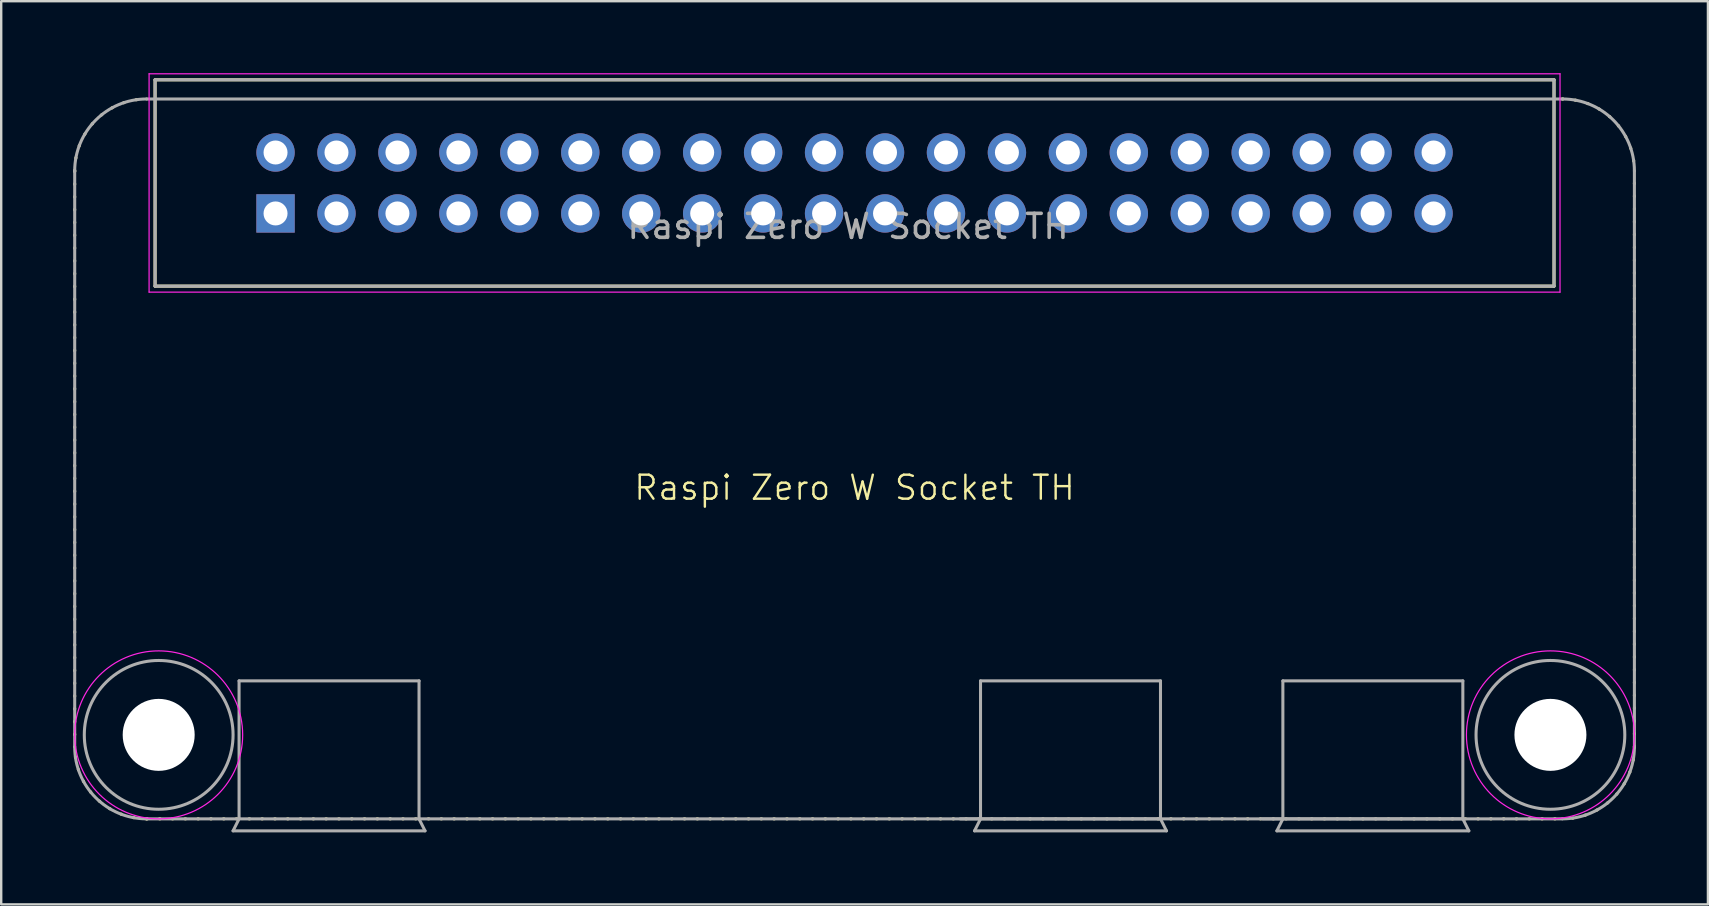
<source format=kicad_pcb>
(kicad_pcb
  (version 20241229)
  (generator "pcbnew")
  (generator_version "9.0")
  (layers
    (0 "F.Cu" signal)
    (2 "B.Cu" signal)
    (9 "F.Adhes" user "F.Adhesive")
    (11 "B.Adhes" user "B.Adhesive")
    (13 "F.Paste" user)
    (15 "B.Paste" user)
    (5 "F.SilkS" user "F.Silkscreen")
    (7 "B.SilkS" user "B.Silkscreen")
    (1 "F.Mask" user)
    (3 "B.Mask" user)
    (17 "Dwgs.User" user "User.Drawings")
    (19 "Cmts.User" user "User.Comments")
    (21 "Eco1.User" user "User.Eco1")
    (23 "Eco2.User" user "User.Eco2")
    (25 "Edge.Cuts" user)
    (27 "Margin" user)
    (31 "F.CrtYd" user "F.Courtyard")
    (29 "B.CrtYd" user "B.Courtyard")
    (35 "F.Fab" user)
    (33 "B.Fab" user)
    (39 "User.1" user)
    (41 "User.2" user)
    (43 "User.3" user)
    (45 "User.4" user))
  (footprint "Raspi Zero W Socket TH"
    (layer "F.Cu")
    (at 32.563 4.575)
    (property "Reference" "Raspi Zero W Socket TH" (at 0 12.7 0) (unlocked yes) (layer "F.SilkS") (effects (font (size 1 1) (thickness 0.1))))
    (attr through_hole)
    (fp_line (start -32.5 -0.5) (end -32.5 23.5) (stroke (width 0.127) (type dot)) (layer "F.SilkS"))
    (fp_line (start -29.5 26.5) (end 29.5 26.5) (stroke (width 0.127) (type dot)) (layer "F.SilkS"))
    (fp_line (start -29.15 -4.3) (end 29.15 -4.3) (stroke (width 0.127) (type solid)) (layer "F.SilkS"))
    (fp_line (start -29.15 4.3) (end -29.15 -4.3) (stroke (width 0.127) (type solid)) (layer "F.SilkS"))
    (fp_line (start 29.15 -4.3) (end 29.15 4.3) (stroke (width 0.127) (type solid)) (layer "F.SilkS"))
    (fp_line (start 29.15 4.3) (end -29.15 4.3) (stroke (width 0.127) (type solid)) (layer "F.SilkS"))
    (fp_line (start 32.5 23.5) (end 32.5 -0.5) (stroke (width 0.127) (type dot)) (layer "F.SilkS"))
    (fp_arc (start -32.5 -0.5) (mid -31.62132 -2.62132) (end -29.5 -3.5) (stroke (width 0.127) (type dot)) (layer "F.SilkS"))
    (fp_arc (start -29.5 26.5) (mid -31.62132 25.62132) (end -32.5 23.5) (stroke (width 0.127) (type dot)) (layer "F.SilkS"))
    (fp_arc (start 29.5 -3.5) (mid 31.62132 -2.62132) (end 32.5 -0.5) (stroke (width 0.127) (type dot)) (layer "F.SilkS"))
    (fp_arc (start 32.5 23.5) (mid 31.62132 25.62132) (end 29.5 26.5) (stroke (width 0.127) (type dot)) (layer "F.SilkS"))
    (fp_line (start -29.4 -4.55) (end 29.4 -4.55) (stroke (width 0.05) (type solid)) (layer "F.CrtYd"))
    (fp_line (start -29.4 4.55) (end -29.4 -4.55) (stroke (width 0.05) (type solid)) (layer "F.CrtYd"))
    (fp_line (start 29.4 -4.55) (end 29.4 4.55) (stroke (width 0.05) (type solid)) (layer "F.CrtYd"))
    (fp_line (start 29.4 4.55) (end -29.4 4.55) (stroke (width 0.05) (type solid)) (layer "F.CrtYd"))
    (fp_circle (center -29 23) (end -25.5 23) (stroke (width 0.05) (type default)) (fill no) (layer "F.CrtYd"))
    (fp_circle (center 29 23) (end 32.5 23) (stroke (width 0.05) (type default)) (fill no) (layer "F.CrtYd"))
    (fp_line (start -32.5 -0.5) (end -32.5 23.5) (stroke (width 0.127) (type solid)) (layer "F.Fab"))
    (fp_line (start -29.5 26.5) (end -25.65 26.5) (stroke (width 0.127) (type solid)) (layer "F.Fab"))
    (fp_line (start -29.15 -4.3) (end 29.15 -4.3) (stroke (width 0.127) (type solid)) (layer "F.Fab"))
    (fp_line (start -29.15 4.3) (end -29.15 -4.3) (stroke (width 0.127) (type solid)) (layer "F.Fab"))
    (fp_line (start -25.9 27) (end -17.9 27) (stroke (width 0.127) (type solid)) (layer "F.Fab"))
    (fp_line (start -25.65 20.75) (end -18.15 20.75) (stroke (width 0.127) (type solid)) (layer "F.Fab"))
    (fp_line (start -25.65 26.5) (end -25.9 27) (stroke (width 0.127) (type solid)) (layer "F.Fab"))
    (fp_line (start -25.65 26.5) (end -25.65 20.75) (stroke (width 0.127) (type solid)) (layer "F.Fab"))
    (fp_line (start -25.65 26.5) (end -18.15 26.5) (stroke (width 0.127) (type solid)) (layer "F.Fab"))
    (fp_line (start -18.15 20.75) (end -18.15 26.5) (stroke (width 0.127) (type solid)) (layer "F.Fab"))
    (fp_line (start -18.15 26.5) (end 29.5 26.5) (stroke (width 0.127) (type solid)) (layer "F.Fab"))
    (fp_line (start -17.9 27) (end -18.15 26.5) (stroke (width 0.127) (type solid)) (layer "F.Fab"))
    (fp_line (start 4.4 26.5) (end 5.25 26.5) (stroke (width 0.127) (type solid)) (layer "F.Fab"))
    (fp_line (start 5 27) (end 13 27) (stroke (width 0.127) (type solid)) (layer "F.Fab"))
    (fp_line (start 5.25 20.75) (end 12.75 20.75) (stroke (width 0.127) (type solid)) (layer "F.Fab"))
    (fp_line (start 5.25 26.5) (end 5 27) (stroke (width 0.127) (type solid)) (layer "F.Fab"))
    (fp_line (start 5.25 26.5) (end 5.25 20.75) (stroke (width 0.127) (type solid)) (layer "F.Fab"))
    (fp_line (start 5.25 26.5) (end 12.75 26.5) (stroke (width 0.127) (type solid)) (layer "F.Fab"))
    (fp_line (start 12.75 20.75) (end 12.75 26.5) (stroke (width 0.127) (type solid)) (layer "F.Fab"))
    (fp_line (start 13 27) (end 12.75 26.5) (stroke (width 0.127) (type solid)) (layer "F.Fab"))
    (fp_line (start 17 26.5) (end 17.85 26.5) (stroke (width 0.127) (type solid)) (layer "F.Fab"))
    (fp_line (start 17.6 27) (end 25.6 27) (stroke (width 0.127) (type solid)) (layer "F.Fab"))
    (fp_line (start 17.85 20.75) (end 25.35 20.75) (stroke (width 0.127) (type solid)) (layer "F.Fab"))
    (fp_line (start 17.85 26.5) (end 17.6 27) (stroke (width 0.127) (type solid)) (layer "F.Fab"))
    (fp_line (start 17.85 26.5) (end 17.85 20.75) (stroke (width 0.127) (type solid)) (layer "F.Fab"))
    (fp_line (start 17.85 26.5) (end 25.35 26.5) (stroke (width 0.127) (type solid)) (layer "F.Fab"))
    (fp_line (start 25.35 20.75) (end 25.35 26.5) (stroke (width 0.127) (type solid)) (layer "F.Fab"))
    (fp_line (start 25.6 27) (end 25.35 26.5) (stroke (width 0.127) (type solid)) (layer "F.Fab"))
    (fp_line (start 29.15 -4.3) (end 29.15 4.3) (stroke (width 0.127) (type solid)) (layer "F.Fab"))
    (fp_line (start 29.15 4.3) (end -29.15 4.3) (stroke (width 0.127) (type solid)) (layer "F.Fab"))
    (fp_line (start 29.5 -3.5) (end -29.5 -3.5) (stroke (width 0.127) (type solid)) (layer "F.Fab"))
    (fp_line (start 32.5 23.5) (end 32.5 -0.5) (stroke (width 0.127) (type solid)) (layer "F.Fab"))
    (fp_arc (start -32.5 -0.5) (mid -31.62132 -2.62132) (end -29.5 -3.5) (stroke (width 0.127) (type solid)) (layer "F.Fab"))
    (fp_arc (start -29.5 26.5) (mid -31.62132 25.62132) (end -32.5 23.5) (stroke (width 0.127) (type solid)) (layer "F.Fab"))
    (fp_arc (start 29.5 -3.5) (mid 31.62132 -2.62132) (end 32.5 -0.5) (stroke (width 0.127) (type solid)) (layer "F.Fab"))
    (fp_arc (start 32.5 23.5) (mid 31.62132 25.62132) (end 29.5 26.5) (stroke (width 0.127) (type solid)) (layer "F.Fab"))
    (fp_circle (center -29 23) (end -25.9 23) (stroke (width 0.127) (type solid)) (fill no) (layer "F.Fab"))
    (fp_circle (center 29 23) (end 32.1 23) (stroke (width 0.127) (type solid)) (fill no) (layer "F.Fab"))
    (fp_text user "${REFERENCE}" (at -0.27 1.81 0) (unlocked yes) (layer "F.Fab") (effects (font (size 1 1) (thickness 0.15))))
    (pad "" np_thru_hole circle (at -29 23) (size 3 3) (drill 3) (layers "*.Cu" "*.Mask"))
    (pad "" np_thru_hole circle (at 29 23) (size 3 3) (drill 3) (layers "*.Cu" "*.Mask"))
    (pad "1" thru_hole rect (at -24.13 1.27) (size 1.6 1.6) (drill 1) (layers "*.Cu" "*.Mask"))
    (pad "2" thru_hole circle (at -24.13 -1.27) (size 1.6 1.6) (drill 1) (layers "*.Cu" "*.Mask"))
    (pad "3" thru_hole circle (at -21.59 1.27) (size 1.6 1.6) (drill 1) (layers "*.Cu" "*.Mask"))
    (pad "4" thru_hole circle (at -21.59 -1.27) (size 1.6 1.6) (drill 1) (layers "*.Cu" "*.Mask"))
    (pad "5" thru_hole circle (at -19.05 1.27) (size 1.6 1.6) (drill 1) (layers "*.Cu" "*.Mask"))
    (pad "6" thru_hole circle (at -19.05 -1.27) (size 1.6 1.6) (drill 1) (layers "*.Cu" "*.Mask"))
    (pad "7" thru_hole circle (at -16.51 1.27) (size 1.6 1.6) (drill 1) (layers "*.Cu" "*.Mask"))
    (pad "8" thru_hole circle (at -16.51 -1.27) (size 1.6 1.6) (drill 1) (layers "*.Cu" "*.Mask"))
    (pad "9" thru_hole circle (at -13.97 1.27) (size 1.6 1.6) (drill 1) (layers "*.Cu" "*.Mask"))
    (pad "10" thru_hole circle (at -13.97 -1.27) (size 1.6 1.6) (drill 1) (layers "*.Cu" "*.Mask"))
    (pad "11" thru_hole circle (at -11.43 1.27) (size 1.6 1.6) (drill 1) (layers "*.Cu" "*.Mask"))
    (pad "12" thru_hole circle (at -11.43 -1.27) (size 1.6 1.6) (drill 1) (layers "*.Cu" "*.Mask"))
    (pad "13" thru_hole circle (at -8.89 1.27) (size 1.6 1.6) (drill 1) (layers "*.Cu" "*.Mask"))
    (pad "14" thru_hole circle (at -8.89 -1.27) (size 1.6 1.6) (drill 1) (layers "*.Cu" "*.Mask"))
    (pad "15" thru_hole circle (at -6.35 1.27) (size 1.6 1.6) (drill 1) (layers "*.Cu" "*.Mask"))
    (pad "16" thru_hole circle (at -6.35 -1.27) (size 1.6 1.6) (drill 1) (layers "*.Cu" "*.Mask"))
    (pad "17" thru_hole circle (at -3.81 1.27) (size 1.6 1.6) (drill 1) (layers "*.Cu" "*.Mask"))
    (pad "18" thru_hole circle (at -3.81 -1.27) (size 1.6 1.6) (drill 1) (layers "*.Cu" "*.Mask"))
    (pad "19" thru_hole circle (at -1.27 1.27) (size 1.6 1.6) (drill 1) (layers "*.Cu" "*.Mask"))
    (pad "20" thru_hole circle (at -1.27 -1.27) (size 1.6 1.6) (drill 1) (layers "*.Cu" "*.Mask"))
    (pad "21" thru_hole circle (at 1.27 1.27) (size 1.6 1.6) (drill 1) (layers "*.Cu" "*.Mask"))
    (pad "22" thru_hole circle (at 1.27 -1.27) (size 1.6 1.6) (drill 1) (layers "*.Cu" "*.Mask"))
    (pad "23" thru_hole circle (at 3.81 1.27) (size 1.6 1.6) (drill 1) (layers "*.Cu" "*.Mask"))
    (pad "24" thru_hole circle (at 3.81 -1.27) (size 1.6 1.6) (drill 1) (layers "*.Cu" "*.Mask"))
    (pad "25" thru_hole circle (at 6.35 1.27) (size 1.6 1.6) (drill 1) (layers "*.Cu" "*.Mask"))
    (pad "26" thru_hole circle (at 6.35 -1.27) (size 1.6 1.6) (drill 1) (layers "*.Cu" "*.Mask"))
    (pad "27" thru_hole circle (at 8.89 1.27) (size 1.6 1.6) (drill 1) (layers "*.Cu" "*.Mask"))
    (pad "28" thru_hole circle (at 8.89 -1.27) (size 1.6 1.6) (drill 1) (layers "*.Cu" "*.Mask"))
    (pad "29" thru_hole circle (at 11.43 1.27) (size 1.6 1.6) (drill 1) (layers "*.Cu" "*.Mask"))
    (pad "30" thru_hole circle (at 11.43 -1.27) (size 1.6 1.6) (drill 1) (layers "*.Cu" "*.Mask"))
    (pad "31" thru_hole circle (at 13.97 1.27) (size 1.6 1.6) (drill 1) (layers "*.Cu" "*.Mask"))
    (pad "32" thru_hole circle (at 13.97 -1.27) (size 1.6 1.6) (drill 1) (layers "*.Cu" "*.Mask"))
    (pad "33" thru_hole circle (at 16.51 1.27) (size 1.6 1.6) (drill 1) (layers "*.Cu" "*.Mask"))
    (pad "34" thru_hole circle (at 16.51 -1.27) (size 1.6 1.6) (drill 1) (layers "*.Cu" "*.Mask"))
    (pad "35" thru_hole circle (at 19.05 1.27) (size 1.6 1.6) (drill 1) (layers "*.Cu" "*.Mask"))
    (pad "36" thru_hole circle (at 19.05 -1.27) (size 1.6 1.6) (drill 1) (layers "*.Cu" "*.Mask"))
    (pad "37" thru_hole circle (at 21.59 1.27) (size 1.6 1.6) (drill 1) (layers "*.Cu" "*.Mask"))
    (pad "38" thru_hole circle (at 21.59 -1.27) (size 1.6 1.6) (drill 1) (layers "*.Cu" "*.Mask"))
    (pad "39" thru_hole circle (at 24.13 1.27) (size 1.6 1.6) (drill 1) (layers "*.Cu" "*.Mask"))
    (pad "40" thru_hole circle (at 24.13 -1.27) (size 1.6 1.6) (drill 1) (layers "*.Cu" "*.Mask")))
  (gr_rect
    (start -3 -3)
    (end 68.127 34.639)
    (stroke (width 0.1) (type default))
    (fill no)
    (layer "Edge.Cuts")))
</source>
